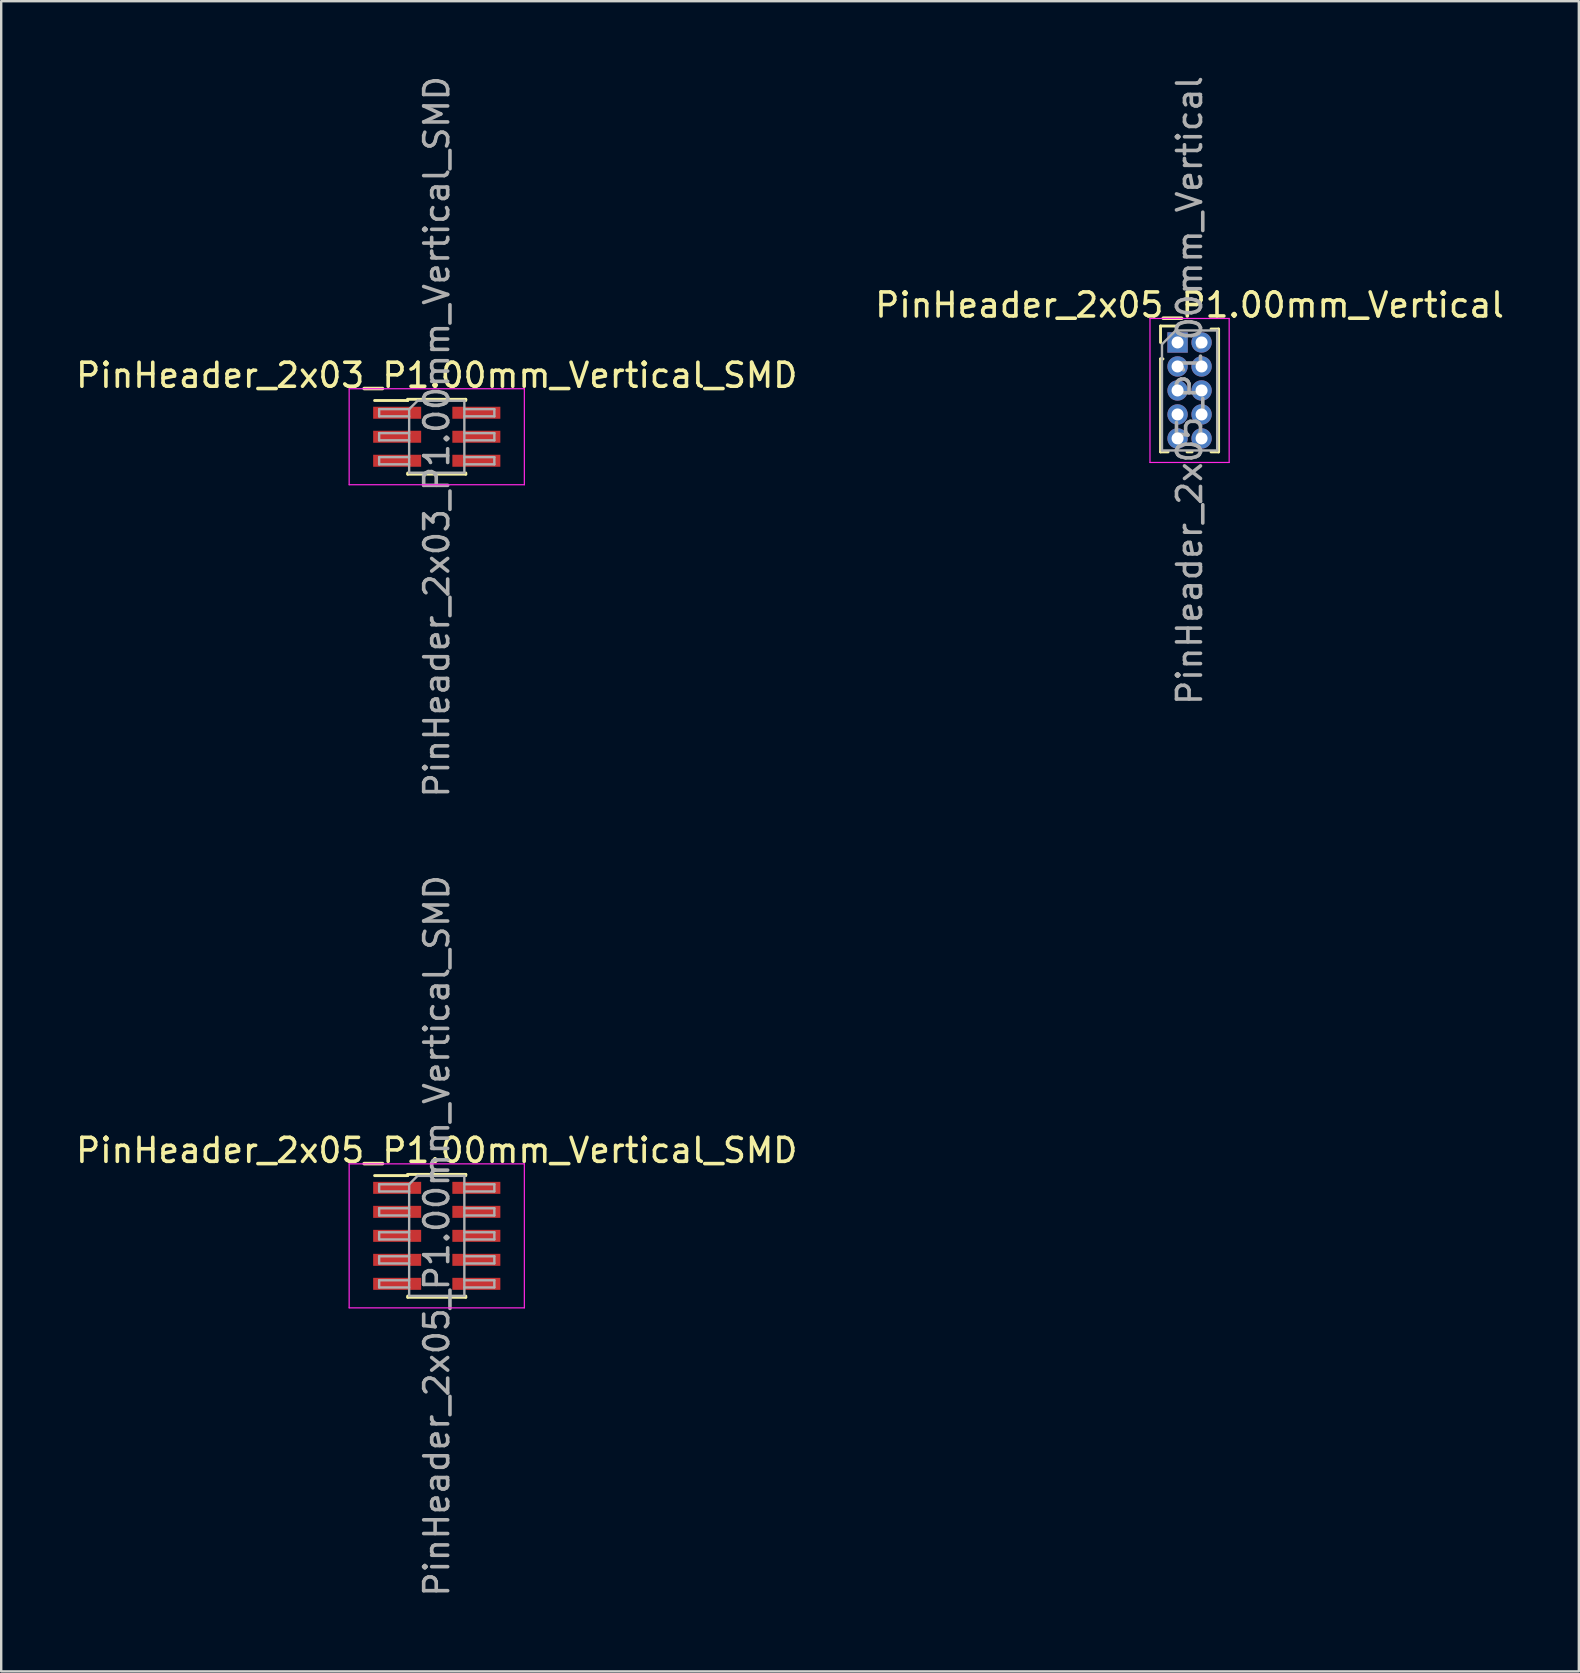
<source format=kicad_pcb>
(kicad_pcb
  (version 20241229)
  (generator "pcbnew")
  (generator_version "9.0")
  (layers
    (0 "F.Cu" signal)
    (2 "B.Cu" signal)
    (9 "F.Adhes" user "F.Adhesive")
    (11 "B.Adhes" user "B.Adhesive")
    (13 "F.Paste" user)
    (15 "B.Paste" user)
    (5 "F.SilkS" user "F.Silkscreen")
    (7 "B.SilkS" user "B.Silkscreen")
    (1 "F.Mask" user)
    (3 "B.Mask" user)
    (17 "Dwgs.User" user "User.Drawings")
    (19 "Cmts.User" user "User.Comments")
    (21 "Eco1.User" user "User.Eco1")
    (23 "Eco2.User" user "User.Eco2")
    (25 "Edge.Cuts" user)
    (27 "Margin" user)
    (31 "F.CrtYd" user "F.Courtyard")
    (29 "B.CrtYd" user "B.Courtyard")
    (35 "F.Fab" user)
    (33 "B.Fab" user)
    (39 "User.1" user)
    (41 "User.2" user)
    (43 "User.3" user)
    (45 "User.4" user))
  (footprint "PinHeader_2x05_P1.00mm_Vertical"
    (layer "F.Cu")
    (at 46.018 11.22)
    (property "Reference" "PinHeader_2x05_P1.00mm_Vertical" (at 0.5 -1.56 0) (layer "F.SilkS") (effects (font (size 1 1) (thickness 0.15))))
    (attr through_hole)
    (fp_line (start -0.71 -0.685) (end 0 -0.685) (stroke (width 0.12) (type solid)) (layer "F.SilkS"))
    (fp_line (start -0.71 0) (end -0.71 -0.685) (stroke (width 0.12) (type solid)) (layer "F.SilkS"))
    (fp_line (start -0.71 0.685) (end -0.71 4.56) (stroke (width 0.12) (type solid)) (layer "F.SilkS"))
    (fp_line (start -0.71 0.685) (end -0.608 0.685) (stroke (width 0.12) (type solid)) (layer "F.SilkS"))
    (fp_line (start -0.71 4.56) (end -0.394 4.56) (stroke (width 0.12) (type solid)) (layer "F.SilkS"))
    (fp_line (start 0.394 4.56) (end 0.606 4.56) (stroke (width 0.12) (type solid)) (layer "F.SilkS"))
    (fp_line (start 1.394 -0.56) (end 1.71 -0.56) (stroke (width 0.12) (type solid)) (layer "F.SilkS"))
    (fp_line (start 1.394 4.56) (end 1.71 4.56) (stroke (width 0.12) (type solid)) (layer "F.SilkS"))
    (fp_line (start 1.71 -0.56) (end 1.71 4.56) (stroke (width 0.12) (type solid)) (layer "F.SilkS"))
    (fp_line (start -1.15 -1) (end -1.15 5) (stroke (width 0.05) (type solid)) (layer "F.CrtYd"))
    (fp_line (start -1.15 5) (end 2.15 5) (stroke (width 0.05) (type solid)) (layer "F.CrtYd"))
    (fp_line (start 2.15 -1) (end -1.15 -1) (stroke (width 0.05) (type solid)) (layer "F.CrtYd"))
    (fp_line (start 2.15 5) (end 2.15 -1) (stroke (width 0.05) (type solid)) (layer "F.CrtYd"))
    (fp_line (start -0.65 0.075) (end -0.075 -0.5) (stroke (width 0.1) (type solid)) (layer "F.Fab"))
    (fp_line (start -0.65 4.5) (end -0.65 0.075) (stroke (width 0.1) (type solid)) (layer "F.Fab"))
    (fp_line (start -0.075 -0.5) (end 1.65 -0.5) (stroke (width 0.1) (type solid)) (layer "F.Fab"))
    (fp_line (start 1.65 -0.5) (end 1.65 4.5) (stroke (width 0.1) (type solid)) (layer "F.Fab"))
    (fp_line (start 1.65 4.5) (end -0.65 4.5) (stroke (width 0.1) (type solid)) (layer "F.Fab"))
    (fp_text user "${REFERENCE}" (at 0.5 2 90) (layer "F.Fab") (effects (font (size 1 1) (thickness 0.15))))
    (pad "1" thru_hole rect (at 0 0) (size 0.85 0.85) (drill 0.5) (layers "*.Cu" "*.Mask"))
    (pad "2" thru_hole oval (at 1 0) (size 0.85 0.85) (drill 0.5) (layers "*.Cu" "*.Mask"))
    (pad "3" thru_hole oval (at 0 1) (size 0.85 0.85) (drill 0.5) (layers "*.Cu" "*.Mask"))
    (pad "4" thru_hole oval (at 1 1) (size 0.85 0.85) (drill 0.5) (layers "*.Cu" "*.Mask"))
    (pad "5" thru_hole oval (at 0 2) (size 0.85 0.85) (drill 0.5) (layers "*.Cu" "*.Mask"))
    (pad "6" thru_hole oval (at 1 2) (size 0.85 0.85) (drill 0.5) (layers "*.Cu" "*.Mask"))
    (pad "7" thru_hole oval (at 0 3) (size 0.85 0.85) (drill 0.5) (layers "*.Cu" "*.Mask"))
    (pad "8" thru_hole oval (at 1 3) (size 0.85 0.85) (drill 0.5) (layers "*.Cu" "*.Mask"))
    (pad "9" thru_hole oval (at 0 4) (size 0.85 0.85) (drill 0.5) (layers "*.Cu" "*.Mask"))
    (pad "10" thru_hole oval (at 1 4) (size 0.85 0.85) (drill 0.5) (layers "*.Cu" "*.Mask")))
  (footprint "PinHeader_2x03_P1.00mm_Vertical_SMD"
    (layer "F.Cu")
    (at 15.149 15.149)
    (property "Reference" "PinHeader_2x03_P1.00mm_Vertical_SMD" (at 0 -2.56 0) (layer "F.SilkS") (effects (font (size 1 1) (thickness 0.15))))
    (attr smd)
    (fp_line (start -2.59 -1.51) (end -1.21 -1.51) (stroke (width 0.12) (type solid)) (layer "F.SilkS"))
    (fp_line (start -1.21 -1.56) (end -1.21 -1.51) (stroke (width 0.12) (type solid)) (layer "F.SilkS"))
    (fp_line (start -1.21 -1.56) (end 1.21 -1.56) (stroke (width 0.12) (type solid)) (layer "F.SilkS"))
    (fp_line (start -1.21 1.51) (end -1.21 1.56) (stroke (width 0.12) (type solid)) (layer "F.SilkS"))
    (fp_line (start -1.21 1.56) (end 1.21 1.56) (stroke (width 0.12) (type solid)) (layer "F.SilkS"))
    (fp_line (start 1.21 -1.56) (end 1.21 -1.51) (stroke (width 0.12) (type solid)) (layer "F.SilkS"))
    (fp_line (start 1.21 1.51) (end 1.21 1.56) (stroke (width 0.12) (type solid)) (layer "F.SilkS"))
    (fp_line (start -3.65 -2) (end -3.65 2) (stroke (width 0.05) (type solid)) (layer "F.CrtYd"))
    (fp_line (start -3.65 2) (end 3.65 2) (stroke (width 0.05) (type solid)) (layer "F.CrtYd"))
    (fp_line (start 3.65 -2) (end -3.65 -2) (stroke (width 0.05) (type solid)) (layer "F.CrtYd"))
    (fp_line (start 3.65 2) (end 3.65 -2) (stroke (width 0.05) (type solid)) (layer "F.CrtYd"))
    (fp_line (start -2.4 -1.15) (end -2.4 -0.85) (stroke (width 0.1) (type solid)) (layer "F.Fab"))
    (fp_line (start -2.4 -0.85) (end -1.15 -0.85) (stroke (width 0.1) (type solid)) (layer "F.Fab"))
    (fp_line (start -2.4 -0.15) (end -2.4 0.15) (stroke (width 0.1) (type solid)) (layer "F.Fab"))
    (fp_line (start -2.4 0.15) (end -1.15 0.15) (stroke (width 0.1) (type solid)) (layer "F.Fab"))
    (fp_line (start -2.4 0.85) (end -2.4 1.15) (stroke (width 0.1) (type solid)) (layer "F.Fab"))
    (fp_line (start -2.4 1.15) (end -1.15 1.15) (stroke (width 0.1) (type solid)) (layer "F.Fab"))
    (fp_line (start -1.15 -1.15) (end -2.4 -1.15) (stroke (width 0.1) (type solid)) (layer "F.Fab"))
    (fp_line (start -1.15 -1.15) (end -0.8 -1.5) (stroke (width 0.1) (type solid)) (layer "F.Fab"))
    (fp_line (start -1.15 -0.15) (end -2.4 -0.15) (stroke (width 0.1) (type solid)) (layer "F.Fab"))
    (fp_line (start -1.15 0.85) (end -2.4 0.85) (stroke (width 0.1) (type solid)) (layer "F.Fab"))
    (fp_line (start -1.15 1.5) (end -1.15 -1.15) (stroke (width 0.1) (type solid)) (layer "F.Fab"))
    (fp_line (start -0.8 -1.5) (end 1.15 -1.5) (stroke (width 0.1) (type solid)) (layer "F.Fab"))
    (fp_line (start 1.15 -1.5) (end 1.15 1.5) (stroke (width 0.1) (type solid)) (layer "F.Fab"))
    (fp_line (start 1.15 -1.15) (end 2.4 -1.15) (stroke (width 0.1) (type solid)) (layer "F.Fab"))
    (fp_line (start 1.15 -0.15) (end 2.4 -0.15) (stroke (width 0.1) (type solid)) (layer "F.Fab"))
    (fp_line (start 1.15 0.85) (end 2.4 0.85) (stroke (width 0.1) (type solid)) (layer "F.Fab"))
    (fp_line (start 1.15 1.5) (end -1.15 1.5) (stroke (width 0.1) (type solid)) (layer "F.Fab"))
    (fp_line (start 2.4 -1.15) (end 2.4 -0.85) (stroke (width 0.1) (type solid)) (layer "F.Fab"))
    (fp_line (start 2.4 -0.85) (end 1.15 -0.85) (stroke (width 0.1) (type solid)) (layer "F.Fab"))
    (fp_line (start 2.4 -0.15) (end 2.4 0.15) (stroke (width 0.1) (type solid)) (layer "F.Fab"))
    (fp_line (start 2.4 0.15) (end 1.15 0.15) (stroke (width 0.1) (type solid)) (layer "F.Fab"))
    (fp_line (start 2.4 0.85) (end 2.4 1.15) (stroke (width 0.1) (type solid)) (layer "F.Fab"))
    (fp_line (start 2.4 1.15) (end 1.15 1.15) (stroke (width 0.1) (type solid)) (layer "F.Fab"))
    (fp_text user "${REFERENCE}" (at 0 0 90) (layer "F.Fab") (effects (font (size 1 1) (thickness 0.15))))
    (pad "1" smd rect (at -1.65 -1) (size 2 0.5) (layers "F.Cu" "F.Mask" "F.Paste"))
    (pad "2" smd rect (at 1.65 -1) (size 2 0.5) (layers "F.Cu" "F.Mask" "F.Paste"))
    (pad "3" smd rect (at -1.65 0) (size 2 0.5) (layers "F.Cu" "F.Mask" "F.Paste"))
    (pad "4" smd rect (at 1.65 0) (size 2 0.5) (layers "F.Cu" "F.Mask" "F.Paste"))
    (pad "5" smd rect (at -1.65 1) (size 2 0.5) (layers "F.Cu" "F.Mask" "F.Paste"))
    (pad "6" smd rect (at 1.65 1) (size 2 0.5) (layers "F.Cu" "F.Mask" "F.Paste")))
  (footprint "PinHeader_2x05_P1.00mm_Vertical_SMD"
    (layer "F.Cu")
    (at 15.149 48.446)
    (property "Reference" "PinHeader_2x05_P1.00mm_Vertical_SMD" (at 0 -3.56 0) (layer "F.SilkS") (effects (font (size 1 1) (thickness 0.15))))
    (attr smd)
    (fp_line (start -2.59 -2.51) (end -1.21 -2.51) (stroke (width 0.12) (type solid)) (layer "F.SilkS"))
    (fp_line (start -1.21 -2.56) (end -1.21 -2.51) (stroke (width 0.12) (type solid)) (layer "F.SilkS"))
    (fp_line (start -1.21 -2.56) (end 1.21 -2.56) (stroke (width 0.12) (type solid)) (layer "F.SilkS"))
    (fp_line (start -1.21 2.51) (end -1.21 2.56) (stroke (width 0.12) (type solid)) (layer "F.SilkS"))
    (fp_line (start -1.21 2.56) (end 1.21 2.56) (stroke (width 0.12) (type solid)) (layer "F.SilkS"))
    (fp_line (start 1.21 -2.56) (end 1.21 -2.51) (stroke (width 0.12) (type solid)) (layer "F.SilkS"))
    (fp_line (start 1.21 2.51) (end 1.21 2.56) (stroke (width 0.12) (type solid)) (layer "F.SilkS"))
    (fp_line (start -3.65 -3) (end -3.65 3) (stroke (width 0.05) (type solid)) (layer "F.CrtYd"))
    (fp_line (start -3.65 3) (end 3.65 3) (stroke (width 0.05) (type solid)) (layer "F.CrtYd"))
    (fp_line (start 3.65 -3) (end -3.65 -3) (stroke (width 0.05) (type solid)) (layer "F.CrtYd"))
    (fp_line (start 3.65 3) (end 3.65 -3) (stroke (width 0.05) (type solid)) (layer "F.CrtYd"))
    (fp_line (start -2.4 -2.15) (end -2.4 -1.85) (stroke (width 0.1) (type solid)) (layer "F.Fab"))
    (fp_line (start -2.4 -1.85) (end -1.15 -1.85) (stroke (width 0.1) (type solid)) (layer "F.Fab"))
    (fp_line (start -2.4 -1.15) (end -2.4 -0.85) (stroke (width 0.1) (type solid)) (layer "F.Fab"))
    (fp_line (start -2.4 -0.85) (end -1.15 -0.85) (stroke (width 0.1) (type solid)) (layer "F.Fab"))
    (fp_line (start -2.4 -0.15) (end -2.4 0.15) (stroke (width 0.1) (type solid)) (layer "F.Fab"))
    (fp_line (start -2.4 0.15) (end -1.15 0.15) (stroke (width 0.1) (type solid)) (layer "F.Fab"))
    (fp_line (start -2.4 0.85) (end -2.4 1.15) (stroke (width 0.1) (type solid)) (layer "F.Fab"))
    (fp_line (start -2.4 1.15) (end -1.15 1.15) (stroke (width 0.1) (type solid)) (layer "F.Fab"))
    (fp_line (start -2.4 1.85) (end -2.4 2.15) (stroke (width 0.1) (type solid)) (layer "F.Fab"))
    (fp_line (start -2.4 2.15) (end -1.15 2.15) (stroke (width 0.1) (type solid)) (layer "F.Fab"))
    (fp_line (start -1.15 -2.15) (end -2.4 -2.15) (stroke (width 0.1) (type solid)) (layer "F.Fab"))
    (fp_line (start -1.15 -2.15) (end -0.8 -2.5) (stroke (width 0.1) (type solid)) (layer "F.Fab"))
    (fp_line (start -1.15 -1.15) (end -2.4 -1.15) (stroke (width 0.1) (type solid)) (layer "F.Fab"))
    (fp_line (start -1.15 -0.15) (end -2.4 -0.15) (stroke (width 0.1) (type solid)) (layer "F.Fab"))
    (fp_line (start -1.15 0.85) (end -2.4 0.85) (stroke (width 0.1) (type solid)) (layer "F.Fab"))
    (fp_line (start -1.15 1.85) (end -2.4 1.85) (stroke (width 0.1) (type solid)) (layer "F.Fab"))
    (fp_line (start -1.15 2.5) (end -1.15 -2.15) (stroke (width 0.1) (type solid)) (layer "F.Fab"))
    (fp_line (start -0.8 -2.5) (end 1.15 -2.5) (stroke (width 0.1) (type solid)) (layer "F.Fab"))
    (fp_line (start 1.15 -2.5) (end 1.15 2.5) (stroke (width 0.1) (type solid)) (layer "F.Fab"))
    (fp_line (start 1.15 -2.15) (end 2.4 -2.15) (stroke (width 0.1) (type solid)) (layer "F.Fab"))
    (fp_line (start 1.15 -1.15) (end 2.4 -1.15) (stroke (width 0.1) (type solid)) (layer "F.Fab"))
    (fp_line (start 1.15 -0.15) (end 2.4 -0.15) (stroke (width 0.1) (type solid)) (layer "F.Fab"))
    (fp_line (start 1.15 0.85) (end 2.4 0.85) (stroke (width 0.1) (type solid)) (layer "F.Fab"))
    (fp_line (start 1.15 1.85) (end 2.4 1.85) (stroke (width 0.1) (type solid)) (layer "F.Fab"))
    (fp_line (start 1.15 2.5) (end -1.15 2.5) (stroke (width 0.1) (type solid)) (layer "F.Fab"))
    (fp_line (start 2.4 -2.15) (end 2.4 -1.85) (stroke (width 0.1) (type solid)) (layer "F.Fab"))
    (fp_line (start 2.4 -1.85) (end 1.15 -1.85) (stroke (width 0.1) (type solid)) (layer "F.Fab"))
    (fp_line (start 2.4 -1.15) (end 2.4 -0.85) (stroke (width 0.1) (type solid)) (layer "F.Fab"))
    (fp_line (start 2.4 -0.85) (end 1.15 -0.85) (stroke (width 0.1) (type solid)) (layer "F.Fab"))
    (fp_line (start 2.4 -0.15) (end 2.4 0.15) (stroke (width 0.1) (type solid)) (layer "F.Fab"))
    (fp_line (start 2.4 0.15) (end 1.15 0.15) (stroke (width 0.1) (type solid)) (layer "F.Fab"))
    (fp_line (start 2.4 0.85) (end 2.4 1.15) (stroke (width 0.1) (type solid)) (layer "F.Fab"))
    (fp_line (start 2.4 1.15) (end 1.15 1.15) (stroke (width 0.1) (type solid)) (layer "F.Fab"))
    (fp_line (start 2.4 1.85) (end 2.4 2.15) (stroke (width 0.1) (type solid)) (layer "F.Fab"))
    (fp_line (start 2.4 2.15) (end 1.15 2.15) (stroke (width 0.1) (type solid)) (layer "F.Fab"))
    (fp_text user "${REFERENCE}" (at 0 0 90) (layer "F.Fab") (effects (font (size 1 1) (thickness 0.15))))
    (pad "1" smd rect (at -1.65 -2) (size 2 0.5) (layers "F.Cu" "F.Mask" "F.Paste"))
    (pad "2" smd rect (at 1.65 -2) (size 2 0.5) (layers "F.Cu" "F.Mask" "F.Paste"))
    (pad "3" smd rect (at -1.65 -1) (size 2 0.5) (layers "F.Cu" "F.Mask" "F.Paste"))
    (pad "4" smd rect (at 1.65 -1) (size 2 0.5) (layers "F.Cu" "F.Mask" "F.Paste"))
    (pad "5" smd rect (at -1.65 0) (size 2 0.5) (layers "F.Cu" "F.Mask" "F.Paste"))
    (pad "6" smd rect (at 1.65 0) (size 2 0.5) (layers "F.Cu" "F.Mask" "F.Paste"))
    (pad "7" smd rect (at -1.65 1) (size 2 0.5) (layers "F.Cu" "F.Mask" "F.Paste"))
    (pad "8" smd rect (at 1.65 1) (size 2 0.5) (layers "F.Cu" "F.Mask" "F.Paste"))
    (pad "9" smd rect (at -1.65 2) (size 2 0.5) (layers "F.Cu" "F.Mask" "F.Paste"))
    (pad "10" smd rect (at 1.65 2) (size 2 0.5) (layers "F.Cu" "F.Mask" "F.Paste")))
  (gr_rect
    (start -3 -3)
    (end 62.738 66.595)
    (stroke (width 0.1) (type default))
    (fill no)
    (layer "Edge.Cuts")))
</source>
